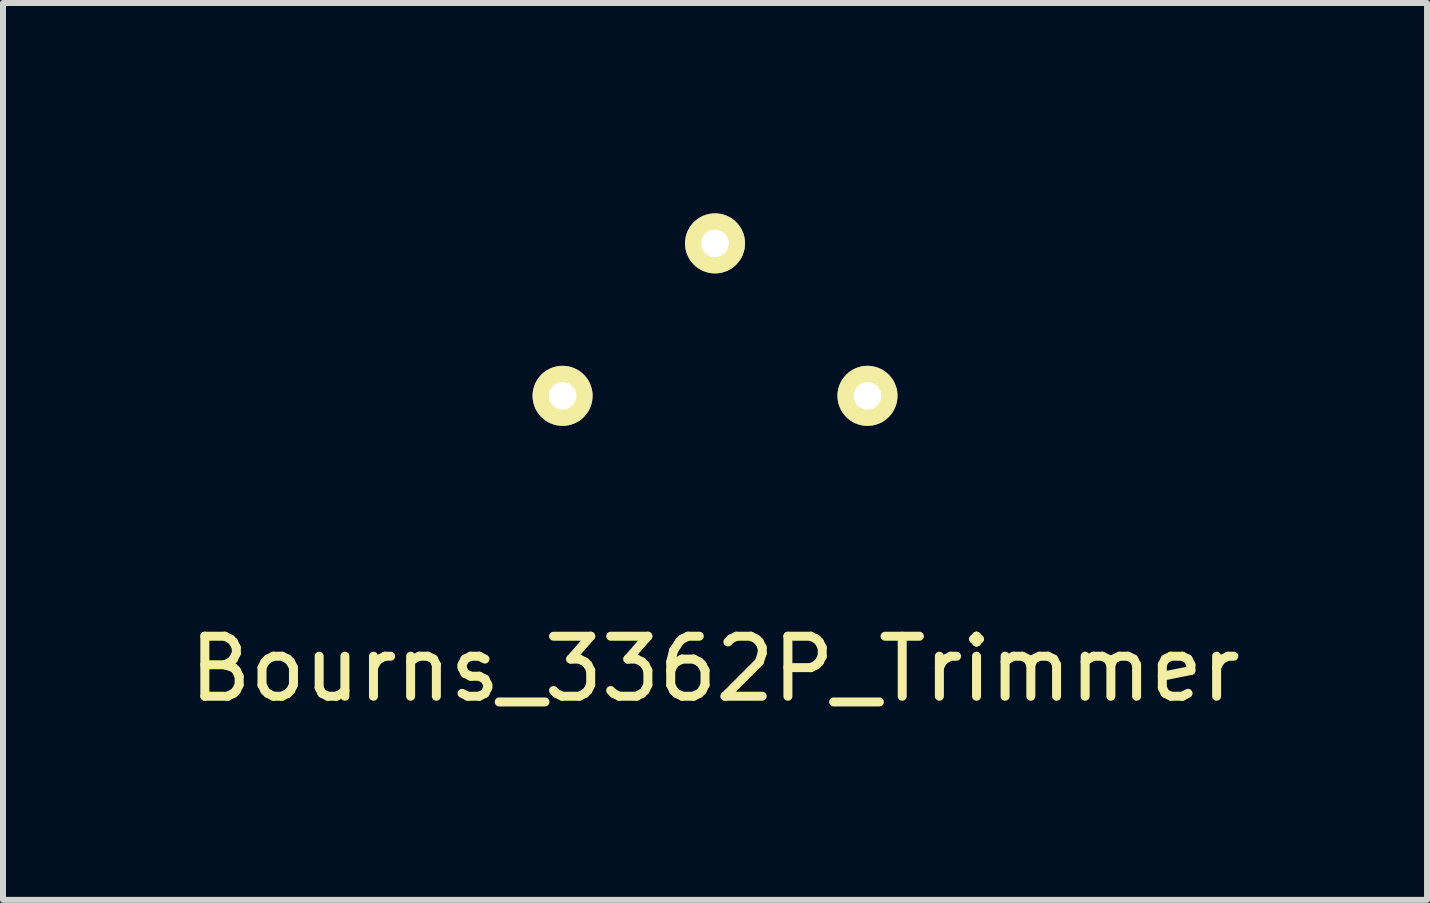
<source format=kicad_pcb>
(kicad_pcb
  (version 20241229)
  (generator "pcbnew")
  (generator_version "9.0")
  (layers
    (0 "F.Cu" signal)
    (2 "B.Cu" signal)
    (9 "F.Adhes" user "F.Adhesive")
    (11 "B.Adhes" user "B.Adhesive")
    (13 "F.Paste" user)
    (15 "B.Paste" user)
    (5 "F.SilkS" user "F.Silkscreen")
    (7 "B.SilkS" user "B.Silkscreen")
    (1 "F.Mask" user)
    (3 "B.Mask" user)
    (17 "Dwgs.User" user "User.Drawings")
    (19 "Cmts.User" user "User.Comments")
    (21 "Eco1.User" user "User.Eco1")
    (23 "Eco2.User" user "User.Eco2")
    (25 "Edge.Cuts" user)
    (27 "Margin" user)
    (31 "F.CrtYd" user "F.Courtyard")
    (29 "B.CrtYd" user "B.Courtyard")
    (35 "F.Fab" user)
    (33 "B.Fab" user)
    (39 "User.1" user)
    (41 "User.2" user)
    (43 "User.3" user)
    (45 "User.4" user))
  (footprint "Bourns_3362P_Trimmer"
    (layer "F.Cu")
    (at 8.863 3.535)
    (property "Reference" "Bourns_3362P_Trimmer" (at 0 4.56 0) (layer "F.SilkS") (effects (font (size 1 1) (thickness 0.15))))
    (attr through_hole)
    (fp_line (start -3.3 -3.46) (end 3.3 -3.46) (stroke (width 0.15) (type solid)) (layer "F.Mask"))
    (fp_line (start -3.3 3.54) (end -3.3 -3.46) (stroke (width 0.15) (type solid)) (layer "F.Mask"))
    (fp_line (start 3.3 -3.46) (end 3.3 3.54) (stroke (width 0.15) (type solid)) (layer "F.Mask"))
    (fp_line (start 3.3 3.54) (end -3.3 3.54) (stroke (width 0.15) (type solid)) (layer "F.Mask"))
    (pad "1" thru_hole circle (at 2.54 0.01 180) (size 1 1) (drill 0.46) (layers "*.Cu" "*.Mask" "F.SilkS"))
    (pad "2" thru_hole circle (at 0 -2.53 180) (size 1 1) (drill 0.46) (layers "*.Cu" "*.Mask" "F.SilkS"))
    (pad "3" thru_hole circle (at -2.54 0.01 180) (size 1 1) (drill 0.46) (layers "*.Cu" "*.Mask" "F.SilkS")))
  (gr_rect
    (start -3 -3)
    (end 20.726 11.943)
    (stroke (width 0.1) (type default))
    (fill no)
    (layer "Edge.Cuts")))
</source>
